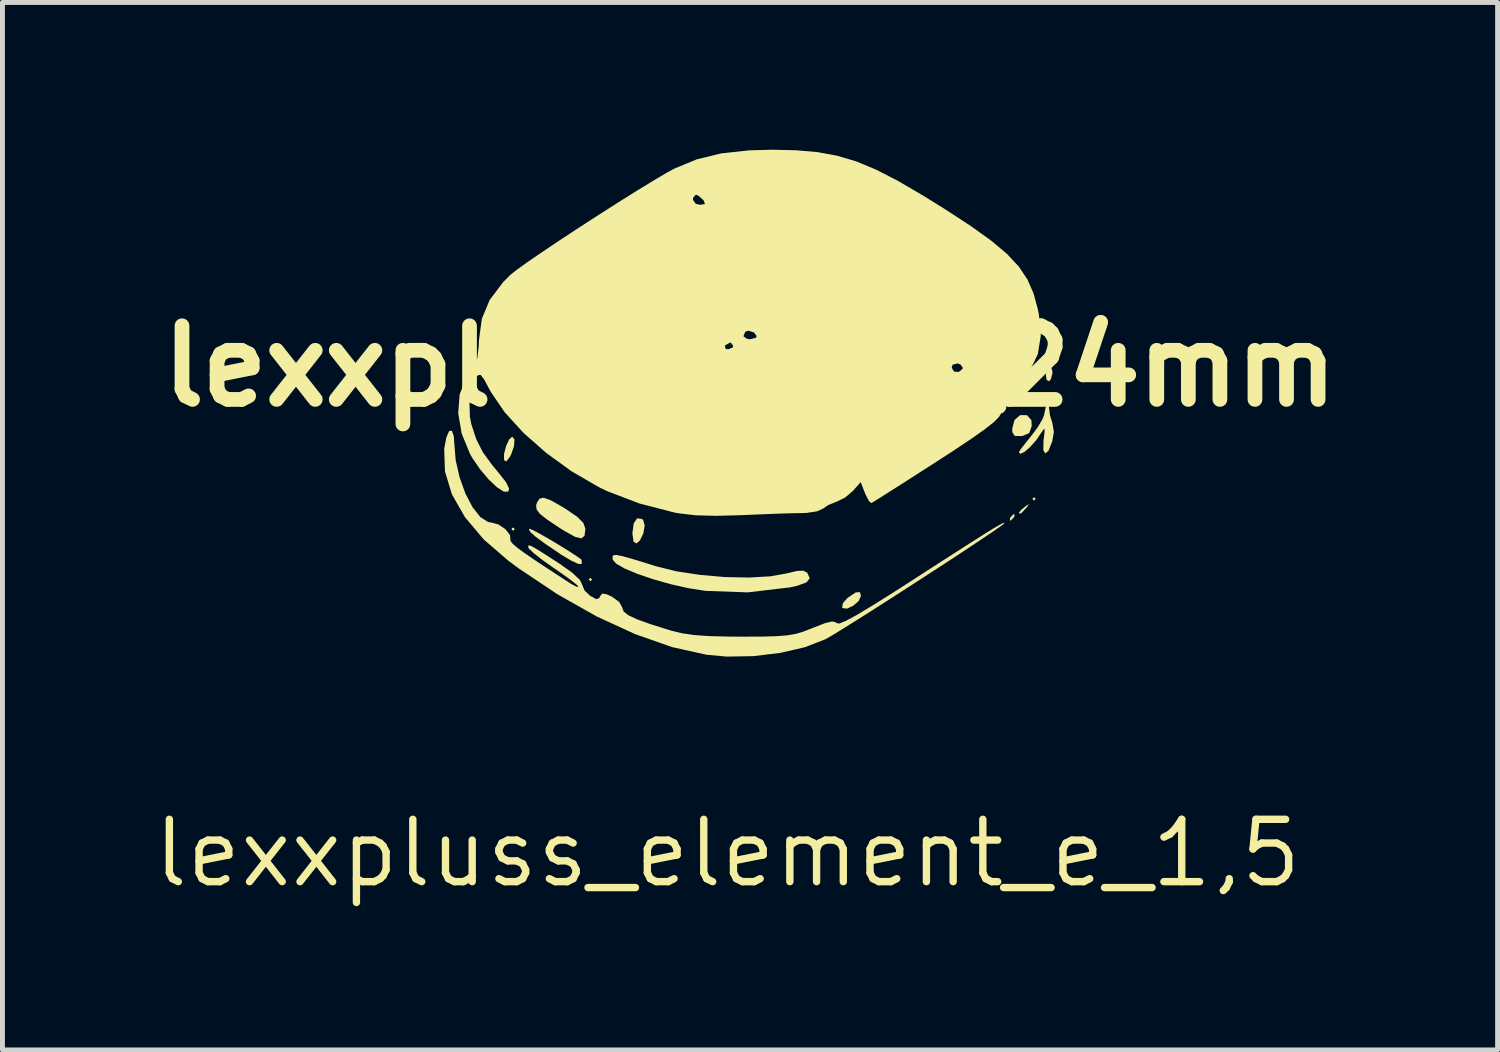
<source format=kicad_pcb>
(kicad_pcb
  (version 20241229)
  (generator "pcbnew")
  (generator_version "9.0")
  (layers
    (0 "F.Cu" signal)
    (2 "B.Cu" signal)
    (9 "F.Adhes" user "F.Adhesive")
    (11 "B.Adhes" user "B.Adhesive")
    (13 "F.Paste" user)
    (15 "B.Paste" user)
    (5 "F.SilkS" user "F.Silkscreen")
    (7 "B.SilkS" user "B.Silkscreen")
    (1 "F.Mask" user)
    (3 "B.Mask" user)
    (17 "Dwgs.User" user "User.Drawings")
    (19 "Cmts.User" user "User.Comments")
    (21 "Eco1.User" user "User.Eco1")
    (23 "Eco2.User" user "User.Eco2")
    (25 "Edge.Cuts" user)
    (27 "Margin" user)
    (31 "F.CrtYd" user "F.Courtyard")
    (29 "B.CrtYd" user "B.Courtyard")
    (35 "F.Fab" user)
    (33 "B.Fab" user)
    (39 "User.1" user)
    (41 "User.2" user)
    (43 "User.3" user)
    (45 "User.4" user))
  (footprint "lexxpluss_amr_24mm"
    (layer "F.Cu")
    (at 12.229 4.408)
    (property "Reference" "lexxpluss_amr_24mm" (at 0 0 0) (layer "F.SilkS") (effects (font (size 1.5 1.5) (thickness 0.3))))
    (attr board_only exclude_from_pos_files exclude_from_bom)
    (fp_poly (pts (xy -4.792 3.32) (xy -4.827 3.355) (xy -4.861 3.32) (xy -4.827 3.286)) (stroke (width 0) (type solid)) (fill yes) (layer "F.SilkS"))
    (fp_poly (pts (xy -3.218 4.347) (xy -3.252 4.382) (xy -3.286 4.347) (xy -3.252 4.313)) (stroke (width 0) (type solid)) (fill yes) (layer "F.SilkS"))
    (fp_poly (pts (xy 5.819 2.704) (xy 5.785 2.739) (xy 5.751 2.704) (xy 5.785 2.67)) (stroke (width 0) (type solid)) (fill yes) (layer "F.SilkS"))
    (fp_poly (pts (xy 5.387 3.057) (xy 5.374 3.081) (xy 5.31 3.146) (xy 5.298 3.149) (xy 5.293 3.105) (xy 5.306 3.081) (xy 5.37 3.015) (xy 5.382 3.012)) (stroke (width 0) (type solid)) (fill yes) (layer "F.SilkS"))
    (fp_poly (pts (xy 5.661 2.843) (xy 5.623 2.893) (xy 5.523 2.999) (xy 5.478 2.999) (xy 5.477 2.987) (xy 5.524 2.929) (xy 5.597 2.867) (xy 5.678 2.808)) (stroke (width 0) (type solid)) (fill yes) (layer "F.SilkS"))
    (fp_poly (pts (xy 6.149 0.057) (xy 6.162 0.133) (xy 6.13 0.264) (xy 6.093 0.308) (xy 6.042 0.284) (xy 6.025 0.175) (xy 6.048 0.045) (xy 6.093 0)) (stroke (width 0) (type solid)) (fill yes) (layer "F.SilkS"))
    (fp_poly (pts (xy -4.799 1.492) (xy -4.807 1.626) (xy -4.865 1.795) (xy -4.888 1.842) (xy -4.964 1.943) (xy -5.009 1.917) (xy -5.011 1.912) (xy -5.012 1.79) (xy -4.971 1.632) (xy -4.909 1.496) (xy -4.846 1.438)) (stroke (width 0) (type solid)) (fill yes) (layer "F.SilkS"))
    (fp_poly (pts (xy -2.203 3.113) (xy -2.177 3.136) (xy -2.146 3.248) (xy -2.174 3.409) (xy -2.244 3.553) (xy -2.315 3.613) (xy -2.374 3.574) (xy -2.396 3.411) (xy -2.396 3.399) (xy -2.37 3.203) (xy -2.3 3.101)) (stroke (width 0) (type solid)) (fill yes) (layer "F.SilkS"))
    (fp_poly (pts (xy 2.259 4.682) (xy 2.212 4.786) (xy 2.101 4.882) (xy 1.976 4.94) (xy 1.885 4.93) (xy 1.876 4.919) (xy 1.891 4.828) (xy 1.991 4.717) (xy 1.993 4.716) (xy 2.154 4.61) (xy 2.238 4.604)) (stroke (width 0) (type solid)) (fill yes) (layer "F.SilkS"))
    (fp_poly (pts (xy 5.643 1) (xy 5.732 1.101) (xy 5.738 1.224) (xy 5.686 1.365) (xy 5.551 1.422) (xy 5.528 1.425) (xy 5.392 1.422) (xy 5.344 1.347) (xy 5.34 1.28) (xy 5.386 1.1) (xy 5.502 0.998)) (stroke (width 0) (type solid)) (fill yes) (layer "F.SilkS"))
    (fp_poly (pts (xy -4.435 3.335) (xy -4.288 3.412) (xy -4.088 3.526) (xy -3.868 3.658) (xy -3.659 3.788) (xy -3.493 3.899) (xy -3.433 3.943) (xy -3.428 4.014) (xy -3.433 4.031) (xy -3.497 4.03) (xy -3.642 3.963) (xy -3.84 3.845) (xy -3.868 3.826) (xy -4.175 3.618) (xy -4.375 3.47) (xy -4.481 3.374) (xy -4.503 3.319) (xy -4.499 3.312)) (stroke (width 0) (type solid)) (fill yes) (layer "F.SilkS"))
    (fp_poly (pts (xy -4.057 2.734) (xy -3.832 2.862) (xy -3.746 2.915) (xy -3.519 3.071) (xy -3.396 3.195) (xy -3.355 3.309) (xy -3.355 3.322) (xy -3.372 3.457) (xy -3.436 3.509) (xy -3.564 3.478) (xy -3.774 3.362) (xy -3.886 3.292) (xy -4.134 3.126) (xy -4.282 3.009) (xy -4.35 2.918) (xy -4.357 2.832) (xy -4.34 2.779) (xy -4.288 2.698) (xy -4.201 2.682)) (stroke (width 0) (type solid)) (fill yes) (layer "F.SilkS"))
    (fp_poly (pts (xy 6.083 0.767) (xy 6.085 0.809) (xy 6.111 1.007) (xy 6.159 1.159) (xy 6.189 1.343) (xy 6.156 1.531) (xy 6.082 1.721) (xy 6.015 1.78) (xy 5.974 1.712) (xy 5.978 1.52) (xy 5.982 1.489) (xy 6.002 1.321) (xy 5.993 1.272) (xy 5.951 1.328) (xy 5.947 1.335) (xy 5.833 1.504) (xy 5.703 1.651) (xy 5.583 1.753) (xy 5.5 1.787) (xy 5.477 1.752) (xy 5.517 1.689) (xy 5.621 1.555) (xy 5.717 1.437) (xy 5.859 1.248) (xy 5.96 1.076) (xy 5.988 1.003) (xy 6.029 0.812) (xy 6.048 0.719) (xy 6.069 0.681)) (stroke (width 0) (type solid)) (fill yes) (layer "F.SilkS"))
    (fp_poly (pts (xy -2.591 3.874) (xy -2.377 3.934) (xy -2.059 4.032) (xy -1.917 4.077) (xy -1.501 4.18) (xy -1.021 4.253) (xy -0.515 4.297) (xy -0.024 4.307) (xy 0.413 4.282) (xy 0.736 4.225) (xy 0.956 4.173) (xy 1.084 4.167) (xy 1.158 4.205) (xy 1.17 4.218) (xy 1.216 4.322) (xy 1.151 4.405) (xy 0.965 4.474) (xy 0.803 4.509) (xy -0.048 4.609) (xy -0.894 4.579) (xy -0.924 4.576) (xy -1.26 4.523) (xy -1.618 4.442) (xy -1.969 4.343) (xy -2.289 4.234) (xy -2.551 4.125) (xy -2.729 4.023) (xy -2.796 3.944) (xy -2.803 3.885) (xy -2.784 3.852) (xy -2.72 3.847)) (stroke (width 0) (type solid)) (fill yes) (layer "F.SilkS"))
    (fp_poly (pts (xy -6.035 1.425) (xy -6.025 1.571) (xy -5.996 1.918) (xy -5.916 2.268) (xy -5.798 2.596) (xy -5.653 2.874) (xy -5.494 3.076) (xy -5.333 3.177) (xy -5.284 3.184) (xy -5.129 3.224) (xy -4.984 3.321) (xy -4.891 3.439) (xy -4.883 3.52) (xy -4.88 3.56) (xy -4.835 3.619) (xy -4.736 3.704) (xy -4.568 3.826) (xy -4.321 3.994) (xy -3.98 4.218) (xy -3.646 4.435) (xy -3.534 4.495) (xy -3.492 4.494) (xy -3.545 4.441) (xy -3.686 4.332) (xy -3.891 4.186) (xy -4.005 4.108) (xy -4.232 3.947) (xy -4.408 3.809) (xy -4.506 3.715) (xy -4.519 3.691) (xy -4.516 3.659) (xy -4.496 3.65) (xy -4.437 3.675) (xy -4.319 3.744) (xy -4.124 3.868) (xy -3.885 4.022) (xy -3.622 4.208) (xy -3.465 4.357) (xy -3.423 4.446) (xy -3.37 4.573) (xy -3.258 4.679) (xy -3.135 4.746) (xy -3.075 4.729) (xy -3.056 4.691) (xy -3.012 4.634) (xy -2.923 4.647) (xy -2.811 4.698) (xy -2.666 4.804) (xy -2.602 4.918) (xy -2.602 4.925) (xy -2.574 4.999) (xy -2.48 5.074) (xy -2.304 5.157) (xy -2.029 5.256) (xy -1.638 5.379) (xy -1.609 5.388) (xy -1.392 5.441) (xy -1.143 5.478) (xy -0.832 5.5) (xy -0.429 5.51) (xy -0.171 5.511) (xy 0.234 5.51) (xy 0.532 5.502) (xy 0.754 5.485) (xy 0.929 5.455) (xy 1.088 5.408) (xy 1.261 5.34) (xy 1.285 5.331) (xy 1.527 5.236) (xy 1.674 5.201) (xy 1.75 5.22) (xy 1.764 5.237) (xy 1.82 5.243) (xy 1.953 5.189) (xy 2.171 5.071) (xy 2.482 4.885) (xy 2.894 4.627) (xy 3.184 4.441) (xy 3.726 4.091) (xy 4.165 3.809) (xy 4.509 3.589) (xy 4.769 3.424) (xy 4.956 3.308) (xy 5.08 3.235) (xy 5.151 3.198) (xy 5.18 3.19) (xy 5.177 3.205) (xy 5.111 3.257) (xy 4.947 3.372) (xy 4.701 3.537) (xy 4.391 3.743) (xy 4.034 3.978) (xy 3.646 4.23) (xy 3.246 4.489) (xy 2.85 4.744) (xy 2.475 4.984) (xy 2.138 5.197) (xy 1.857 5.373) (xy 1.648 5.5) (xy 1.535 5.564) (xy 1.119 5.726) (xy 0.616 5.842) (xy 0.068 5.908) (xy -0.481 5.917) (xy -0.89 5.879) (xy -1.588 5.724) (xy -2.339 5.46) (xy -3.123 5.1) (xy -3.92 4.65) (xy -4.712 4.121) (xy -4.929 3.96) (xy -5.425 3.531) (xy -5.807 3.078) (xy -6.073 2.613) (xy -6.215 2.145) (xy -6.23 1.685) (xy -6.187 1.455) (xy -6.13 1.323) (xy -6.074 1.316)) (stroke (width 0) (type solid)) (fill yes) (layer "F.SilkS"))
    (fp_poly (pts (xy 0.937 -4.397) (xy 1.37 -4.36) (xy 1.769 -4.287) (xy 2.159 -4.172) (xy 2.563 -4.004) (xy 3.008 -3.776) (xy 3.517 -3.479) (xy 3.97 -3.198) (xy 4.495 -2.855) (xy 4.911 -2.557) (xy 5.233 -2.287) (xy 5.475 -2.028) (xy 5.65 -1.766) (xy 5.774 -1.484) (xy 5.861 -1.166) (xy 5.885 -1.045) (xy 5.923 -0.619) (xy 5.862 -0.245) (xy 5.692 0.113) (xy 5.478 0.403) (xy 5.313 0.618) (xy 5.182 0.816) (xy 5.115 0.956) (xy 5.115 0.959) (xy 5.069 1.038) (xy 4.959 1.147) (xy 4.772 1.294) (xy 4.499 1.486) (xy 4.127 1.734) (xy 3.792 1.951) (xy 3.419 2.19) (xy 3.085 2.404) (xy 2.807 2.58) (xy 2.603 2.71) (xy 2.488 2.781) (xy 2.47 2.791) (xy 2.42 2.746) (xy 2.352 2.614) (xy 2.34 2.585) (xy 2.254 2.362) (xy 2.098 2.54) (xy 1.936 2.678) (xy 1.764 2.762) (xy 1.763 2.762) (xy 1.591 2.831) (xy 1.491 2.9) (xy 1.365 2.958) (xy 1.156 2.99) (xy 1.058 2.994) (xy 0.857 2.997) (xy 0.559 3.006) (xy 0.204 3.02) (xy -0.167 3.036) (xy -0.171 3.036) (xy -0.689 3.05) (xy -1.105 3.039) (xy -1.45 2.999) (xy -1.54 2.983) (xy -2.248 2.8) (xy -2.902 2.551) (xy -3.084 2.463) (xy -3.631 2.146) (xy -4.149 1.771) (xy -4.613 1.362) (xy -4.998 0.94) (xy -5.28 0.527) (xy -5.316 0.46) (xy -5.419 0.267) (xy -5.487 0.181) (xy -5.539 0.183) (xy -5.579 0.227) (xy -5.672 0.439) (xy -5.716 0.726) (xy -5.707 1.03) (xy -5.677 1.185) (xy -5.577 1.49) (xy -5.444 1.752) (xy -5.247 2.023) (xy -5.131 2.161) (xy -4.971 2.365) (xy -4.909 2.496) (xy -4.925 2.556) (xy -5.014 2.558) (xy -5.155 2.468) (xy -5.325 2.308) (xy -5.5 2.101) (xy -5.659 1.869) (xy -5.704 1.79) (xy -5.874 1.375) (xy -5.945 0.961) (xy -5.915 0.575) (xy -5.784 0.245) (xy -5.708 0.14) (xy -5.636 0.034) (xy 4.108 0.034) (xy 4.155 0.111) (xy 4.252 0.119) (xy 4.327 0.057) (xy 4.334 0.035) (xy 4.29 -0.032) (xy 4.228 -0.055) (xy 4.126 -0.029) (xy 4.108 0.034) (xy -5.636 0.034) (xy -5.61 -0.002) (xy -5.555 -0.166) (xy -5.528 -0.398) (xy -5.527 -0.411) (xy -0.513 -0.411) (xy -0.498 -0.352) (xy -0.449 -0.342) (xy -0.355 -0.378) (xy -0.342 -0.411) (xy -0.391 -0.477) (xy -0.407 -0.479) (xy -0.499 -0.429) (xy -0.513 -0.411) (xy -5.527 -0.411) (xy -5.522 -0.531) (xy -5.512 -0.608) (xy -0.135 -0.608) (xy -0.055 -0.553) (xy 0 -0.548) (xy 0.111 -0.573) (xy 0.137 -0.609) (xy 0.082 -0.684) (xy -0.026 -0.722) (xy -0.096 -0.703) (xy -0.135 -0.608) (xy -5.512 -0.608) (xy -5.463 -0.965) (xy -5.305 -1.346) (xy -5.033 -1.707) (xy -4.884 -1.857) (xy -4.757 -1.959) (xy -4.534 -2.119) (xy -4.234 -2.324) (xy -3.879 -2.562) (xy -3.487 -2.82) (xy -3.08 -3.083) (xy -2.677 -3.34) (xy -2.599 -3.389) (xy -1.164 -3.389) (xy -1.106 -3.306) (xy -1.019 -3.286) (xy -0.92 -3.301) (xy -0.94 -3.365) (xy -0.958 -3.389) (xy -1.057 -3.475) (xy -1.104 -3.492) (xy -1.157 -3.436) (xy -1.164 -3.389) (xy -2.599 -3.389) (xy -2.299 -3.577) (xy -1.966 -3.78) (xy -1.699 -3.938) (xy -1.536 -4.026) (xy -1.088 -4.211) (xy -0.593 -4.332) (xy -0.023 -4.395) (xy 0.445 -4.408)) (stroke (width 0) (type solid)) (fill yes) (layer "F.SilkS")))
  (footprint "lexxpluss_element_e_1,5"
    (layer "F.Cu")
    (at 11.77 14.33)
    (property "Reference" "lexxpluss_element_e_1,5" (at 0 0 0) (layer "F.SilkS") (effects (font (size 1.27 1.27) (thickness 0.15))))
    (attr board_only exclude_from_pos_files exclude_from_bom)
    (fp_poly (pts (xy 0.366 0.399) (xy 0.416 0.4) (xy 0.459 0.4) (xy 0.494 0.4) (xy 0.524 0.401) (xy 0.549 0.401) (xy 0.569 0.402) (xy 0.584 0.403) (xy 0.597 0.404) (xy 0.606 0.405) (xy 0.613 0.406) (xy 0.616 0.407) (xy 0.656 0.422) (xy 0.688 0.444) (xy 0.714 0.473) (xy 0.732 0.505) (xy 0.743 0.54) (xy 0.746 0.577) (xy 0.742 0.614) (xy 0.729 0.649) (xy 0.709 0.682) (xy 0.68 0.71) (xy 0.649 0.729) (xy 0.617 0.745) (xy 0.011 0.745) (xy -0.07 0.746) (xy -0.149 0.746) (xy -0.223 0.746) (xy -0.294 0.745) (xy -0.359 0.745) (xy -0.419 0.745) (xy -0.471 0.745) (xy -0.517 0.744) (xy -0.554 0.744) (xy -0.583 0.743) (xy -0.602 0.743) (xy -0.611 0.742) (xy -0.612 0.742) (xy -0.653 0.727) (xy -0.687 0.703) (xy -0.715 0.669) (xy -0.726 0.649) (xy -0.736 0.627) (xy -0.742 0.608) (xy -0.744 0.587) (xy -0.744 0.573) (xy -0.739 0.53) (xy -0.724 0.491) (xy -0.699 0.457) (xy -0.666 0.429) (xy -0.643 0.416) (xy -0.612 0.401) (xy -0.014 0.4) (xy 0.081 0.4) (xy 0.167 0.399) (xy 0.242 0.399) (xy 0.308 0.399)) (stroke (width 0) (type solid)) (fill yes) (layer "In2.Cu"))
    (fp_poly (pts (xy -0.277 -0.747) (xy -0.203 -0.747) (xy -0.119 -0.746) (xy -0.026 -0.746) (xy 0.011 -0.746) (xy 0.617 -0.745) (xy 0.643 -0.733) (xy 0.675 -0.713) (xy 0.703 -0.688) (xy 0.725 -0.658) (xy 0.731 -0.646) (xy 0.742 -0.61) (xy 0.745 -0.57) (xy 0.741 -0.53) (xy 0.729 -0.497) (xy 0.708 -0.464) (xy 0.68 -0.438) (xy 0.643 -0.416) (xy 0.642 -0.416) (xy 0.612 -0.401) (xy 0.014 -0.401) (xy -0.067 -0.4) (xy -0.145 -0.4) (xy -0.22 -0.401) (xy -0.29 -0.401) (xy -0.355 -0.401) (xy -0.415 -0.401) (xy -0.467 -0.402) (xy -0.513 -0.402) (xy -0.55 -0.403) (xy -0.579 -0.403) (xy -0.598 -0.404) (xy -0.607 -0.404) (xy -0.607 -0.404) (xy -0.646 -0.418) (xy -0.68 -0.44) (xy -0.709 -0.47) (xy -0.731 -0.506) (xy -0.743 -0.546) (xy -0.745 -0.554) (xy -0.745 -0.59) (xy -0.736 -0.627) (xy -0.719 -0.663) (xy -0.697 -0.694) (xy -0.674 -0.715) (xy -0.667 -0.72) (xy -0.661 -0.724) (xy -0.654 -0.728) (xy -0.647 -0.732) (xy -0.639 -0.735) (xy -0.628 -0.737) (xy -0.615 -0.74) (xy -0.599 -0.741) (xy -0.579 -0.743) (xy -0.554 -0.744) (xy -0.525 -0.745) (xy -0.489 -0.746) (xy -0.447 -0.746) (xy -0.398 -0.747) (xy -0.342 -0.747)) (stroke (width 0) (type solid)) (fill yes) (layer "In2.Cu"))
    (fp_poly (pts (xy 0.094 -0.172) (xy 0.179 -0.172) (xy 0.254 -0.172) (xy 0.32 -0.171) (xy 0.377 -0.171) (xy 0.427 -0.171) (xy 0.469 -0.171) (xy 0.505 -0.171) (xy 0.534 -0.17) (xy 0.559 -0.17) (xy 0.579 -0.169) (xy 0.594 -0.168) (xy 0.607 -0.167) (xy 0.616 -0.166) (xy 0.623 -0.165) (xy 0.629 -0.163) (xy 0.634 -0.162) (xy 0.638 -0.161) (xy 0.671 -0.143) (xy 0.701 -0.117) (xy 0.725 -0.084) (xy 0.729 -0.076) (xy 0.737 -0.059) (xy 0.742 -0.044) (xy 0.744 -0.026) (xy 0.744 -0.001) (xy 0.744 0) (xy 0.744 0.025) (xy 0.742 0.044) (xy 0.737 0.059) (xy 0.73 0.075) (xy 0.73 0.075) (xy 0.711 0.104) (xy 0.686 0.129) (xy 0.658 0.15) (xy 0.63 0.163) (xy 0.63 0.163) (xy 0.624 0.165) (xy 0.616 0.166) (xy 0.606 0.167) (xy 0.592 0.168) (xy 0.574 0.169) (xy 0.552 0.169) (xy 0.524 0.17) (xy 0.49 0.17) (xy 0.45 0.171) (xy 0.403 0.171) (xy 0.349 0.171) (xy 0.285 0.171) (xy 0.213 0.171) (xy 0.132 0.171) (xy 0.04 0.171) (xy -0.002 0.171) (xy -0.083 0.171) (xy -0.162 0.171) (xy -0.236 0.171) (xy -0.306 0.17) (xy -0.371 0.17) (xy -0.43 0.17) (xy -0.482 0.169) (xy -0.528 0.169) (xy -0.565 0.168) (xy -0.593 0.168) (xy -0.611 0.167) (xy -0.62 0.167) (xy -0.62 0.166) (xy -0.659 0.149) (xy -0.693 0.123) (xy -0.72 0.09) (xy -0.733 0.067) (xy -0.741 0.038) (xy -0.744 0.003) (xy -0.742 -0.032) (xy -0.734 -0.062) (xy -0.733 -0.067) (xy -0.71 -0.103) (xy -0.68 -0.134) (xy -0.645 -0.156) (xy -0.612 -0.172) (xy -0.002 -0.172)) (stroke (width 0) (type solid)) (fill yes) (layer "In2.Cu")))
  (gr_rect
    (start -3 -3)
    (end 27.457 18.337)
    (stroke (width 0.1) (type default))
    (fill no)
    (layer "Edge.Cuts")))
</source>
